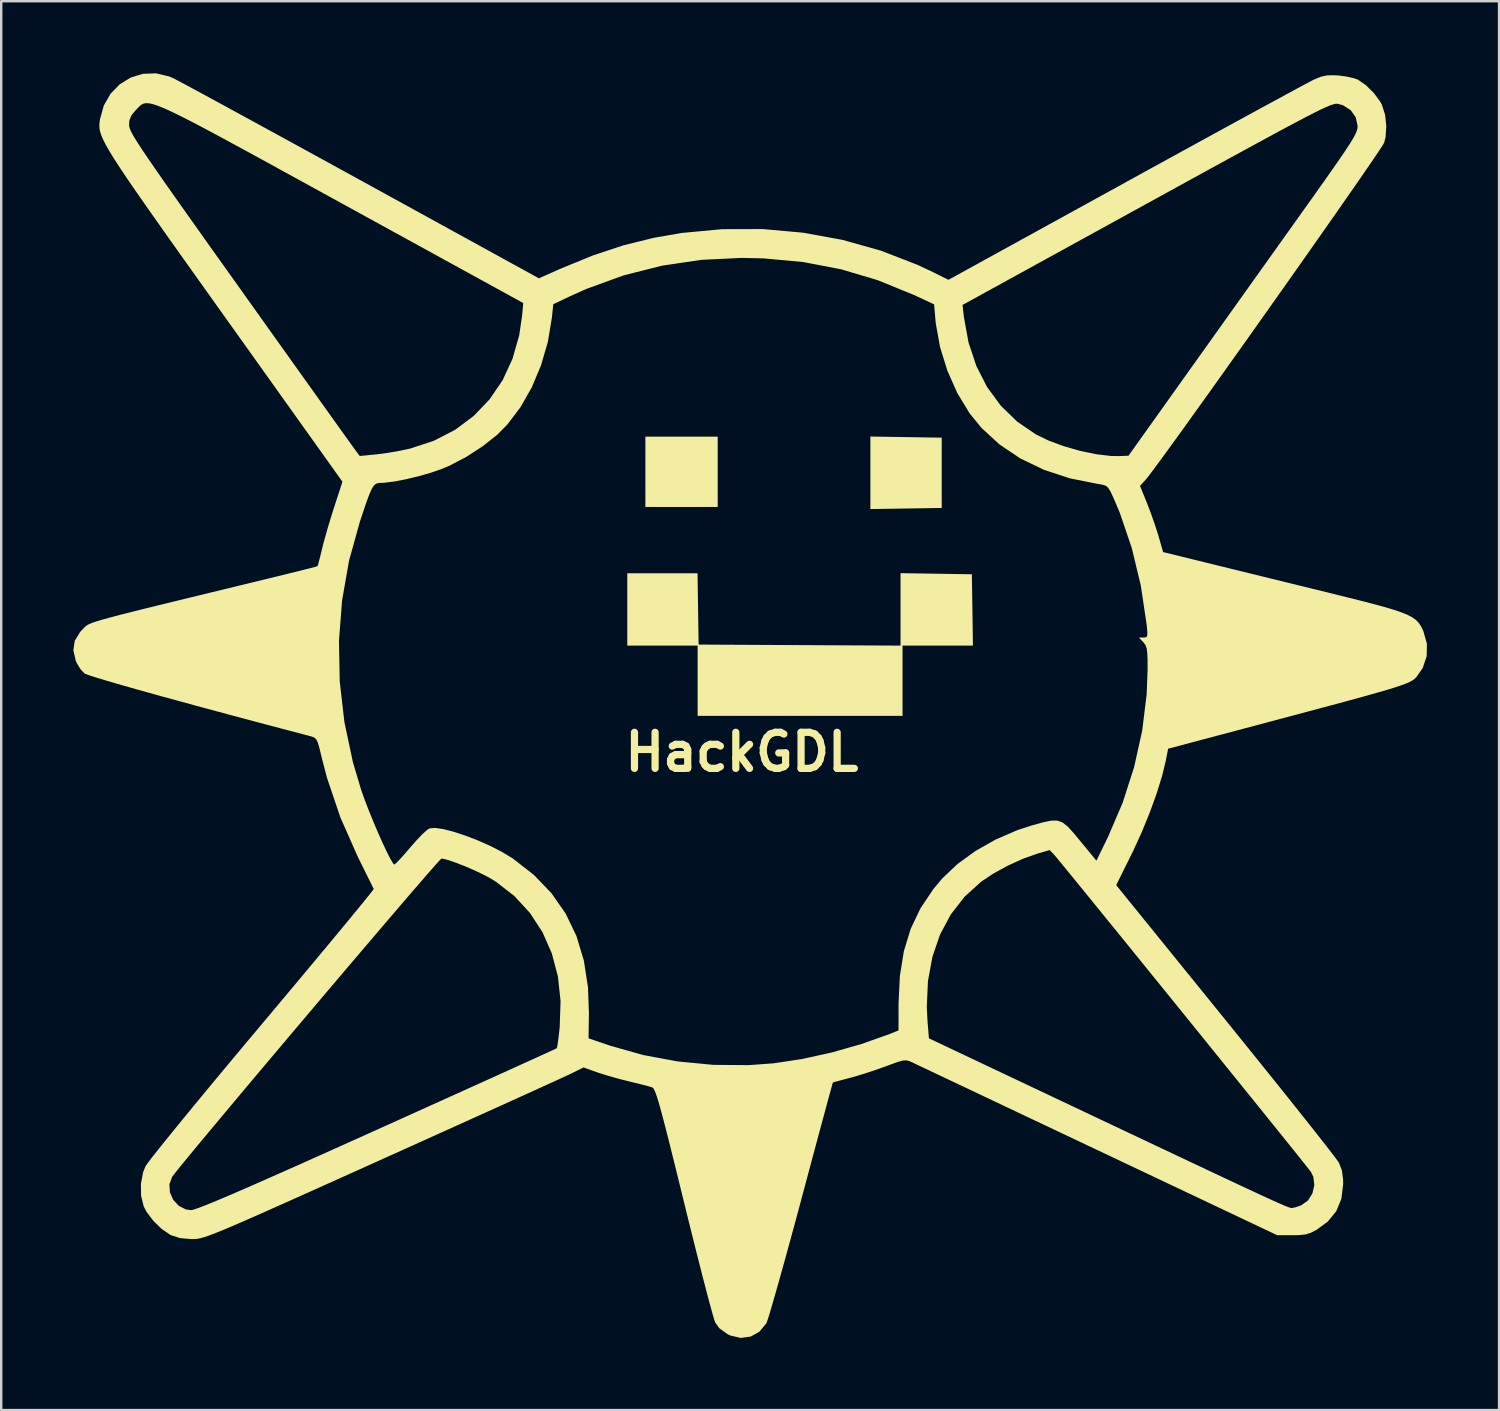
<source format=kicad_pcb>
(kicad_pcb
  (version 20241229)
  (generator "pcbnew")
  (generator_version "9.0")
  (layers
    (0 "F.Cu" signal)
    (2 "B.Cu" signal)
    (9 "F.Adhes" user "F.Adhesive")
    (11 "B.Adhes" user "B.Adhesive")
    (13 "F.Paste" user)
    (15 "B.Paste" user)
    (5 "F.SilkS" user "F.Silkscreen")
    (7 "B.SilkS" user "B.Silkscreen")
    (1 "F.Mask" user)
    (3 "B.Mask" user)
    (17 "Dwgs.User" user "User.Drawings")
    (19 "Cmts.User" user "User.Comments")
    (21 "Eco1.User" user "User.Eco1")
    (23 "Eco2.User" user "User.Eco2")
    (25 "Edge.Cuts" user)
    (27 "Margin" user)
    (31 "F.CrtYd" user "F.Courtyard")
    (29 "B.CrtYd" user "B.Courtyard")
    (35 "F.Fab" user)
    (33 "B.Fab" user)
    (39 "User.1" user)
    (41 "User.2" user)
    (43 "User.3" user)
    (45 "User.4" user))
  (footprint "HackGDL"
    (layer "F.Cu")
    (at 27.801 28.227)
    (property "Reference" "HackGDL" (at 0 0 0) (layer "F.SilkS") (effects (font (size 1.5 1.5) (thickness 0.3))))
    (attr board_only exclude_from_pos_files exclude_from_bom)
    (fp_poly (pts (xy -1.003 -11.656) (xy -1.003 -10.193) (xy -2.507 -10.193) (xy -4.011 -10.193) (xy -4.011 -11.656) (xy -4.011 -13.118) (xy -2.507 -13.118) (xy -1.003 -13.118)) (stroke (width 0) (type solid)) (fill yes) (layer "F.SilkS"))
    (fp_poly (pts (xy 6.83 -13.099) (xy 8.313 -13.076) (xy 8.313 -11.614) (xy 8.313 -10.152) (xy 6.83 -10.129) (xy 5.347 -10.106) (xy 5.347 -11.614) (xy 5.347 -13.122)) (stroke (width 0) (type solid)) (fill yes) (layer "F.SilkS"))
    (fp_poly (pts (xy 8.084 -7.417) (xy 9.567 -7.394) (xy 9.59 -5.911) (xy 9.612 -4.428) (xy 8.148 -4.428) (xy 6.684 -4.428) (xy 6.684 -2.966) (xy 6.684 -1.504) (xy 2.423 -1.504) (xy -1.838 -1.504) (xy -1.838 -2.966) (xy -1.838 -4.428) (xy -3.3 -4.428) (xy -4.763 -4.428) (xy -4.763 -5.932) (xy -4.763 -7.436) (xy -3.302 -7.436) (xy -1.842 -7.436) (xy -1.819 -5.953) (xy -1.796 -4.47) (xy 2.402 -4.448) (xy 6.601 -4.427) (xy 6.601 -5.933) (xy 6.601 -7.44)) (stroke (width 0) (type solid)) (fill yes) (layer "F.SilkS"))
    (fp_poly (pts (xy -23.811 -28.096) (xy -23.668 -28.036) (xy -23.534 -27.967) (xy -23.265 -27.824) (xy -22.87 -27.612) (xy -22.36 -27.336) (xy -21.746 -27.003) (xy -21.039 -26.617) (xy -20.248 -26.186) (xy -19.385 -25.714) (xy -18.459 -25.207) (xy -17.482 -24.672) (xy -16.464 -24.113) (xy -15.834 -23.767) (xy -8.439 -19.702) (xy -7.499 -20.119) (xy -6.186 -20.656) (xy -4.927 -21.073) (xy -3.672 -21.385) (xy -2.507 -21.588) (xy -0.819 -21.746) (xy 0.871 -21.75) (xy 2.546 -21.6) (xy 4.19 -21.3) (xy 5.785 -20.852) (xy 7.316 -20.259) (xy 7.952 -19.959) (xy 8.593 -19.64) (xy 15.973 -23.701) (xy 17.01 -24.272) (xy 18.012 -24.822) (xy 18.969 -25.347) (xy 19.871 -25.841) (xy 20.707 -26.298) (xy 21.465 -26.712) (xy 22.137 -27.077) (xy 22.71 -27.389) (xy 23.176 -27.64) (xy 23.522 -27.825) (xy 23.738 -27.939) (xy 23.801 -27.971) (xy 24.093 -28.09) (xy 24.352 -28.144) (xy 24.661 -28.147) (xy 24.805 -28.139) (xy 25.14 -28.096) (xy 25.447 -28.027) (xy 25.627 -27.961) (xy 25.962 -27.728) (xy 26.292 -27.4) (xy 26.555 -27.04) (xy 26.62 -26.919) (xy 26.751 -26.51) (xy 26.803 -26.036) (xy 26.773 -25.576) (xy 26.716 -25.347) (xy 26.654 -25.24) (xy 26.504 -25.009) (xy 26.271 -24.665) (xy 25.966 -24.218) (xy 25.595 -23.681) (xy 25.167 -23.065) (xy 24.689 -22.38) (xy 24.171 -21.64) (xy 23.618 -20.853) (xy 23.041 -20.033) (xy 22.446 -19.19) (xy 21.842 -18.336) (xy 21.237 -17.481) (xy 20.638 -16.638) (xy 20.054 -15.817) (xy 19.493 -15.03) (xy 18.962 -14.289) (xy 18.47 -13.603) (xy 18.025 -12.986) (xy 17.635 -12.448) (xy 17.307 -12) (xy 17.05 -11.653) (xy 16.872 -11.42) (xy 16.791 -11.321) (xy 16.56 -11.071) (xy 16.848 -10.361) (xy 17.011 -9.934) (xy 17.177 -9.462) (xy 17.313 -9.037) (xy 17.329 -8.984) (xy 17.521 -8.317) (xy 19.309 -7.878) (xy 19.817 -7.753) (xy 20.454 -7.597) (xy 21.188 -7.416) (xy 21.985 -7.221) (xy 22.813 -7.017) (xy 23.638 -6.815) (xy 24.294 -6.654) (xy 25.173 -6.437) (xy 25.904 -6.253) (xy 26.503 -6.095) (xy 26.984 -5.958) (xy 27.363 -5.836) (xy 27.654 -5.721) (xy 27.874 -5.609) (xy 28.036 -5.494) (xy 28.155 -5.369) (xy 28.248 -5.228) (xy 28.329 -5.065) (xy 28.345 -5.028) (xy 28.492 -4.507) (xy 28.482 -3.987) (xy 28.318 -3.497) (xy 28.05 -3.113) (xy 27.987 -3.051) (xy 27.906 -2.99) (xy 27.798 -2.928) (xy 27.648 -2.86) (xy 27.446 -2.784) (xy 27.18 -2.695) (xy 26.837 -2.589) (xy 26.406 -2.464) (xy 25.874 -2.315) (xy 25.23 -2.138) (xy 24.461 -1.931) (xy 23.556 -1.689) (xy 22.503 -1.408) (xy 22.379 -1.375) (xy 17.729 -0.139) (xy 17.63 0.369) (xy 17.476 1.002) (xy 17.248 1.735) (xy 16.961 2.526) (xy 16.631 3.334) (xy 16.273 4.116) (xy 16.212 4.24) (xy 15.57 5.534) (xy 20.116 11.143) (xy 20.803 11.993) (xy 21.463 12.811) (xy 22.087 13.587) (xy 22.668 14.312) (xy 23.197 14.975) (xy 23.667 15.567) (xy 24.069 16.077) (xy 24.395 16.494) (xy 24.638 16.81) (xy 24.789 17.014) (xy 24.837 17.087) (xy 24.956 17.397) (xy 25.005 17.77) (xy 25.009 17.964) (xy 24.936 18.573) (xy 24.724 19.092) (xy 24.367 19.529) (xy 23.908 19.866) (xy 23.668 19.991) (xy 23.44 20.061) (xy 23.157 20.09) (xy 22.893 20.094) (xy 22.267 20.094) (xy 14.831 16.573) (xy 13.777 16.074) (xy 12.762 15.594) (xy 11.797 15.137) (xy 10.891 14.708) (xy 10.056 14.312) (xy 9.303 13.955) (xy 8.641 13.642) (xy 8.083 13.377) (xy 7.638 13.167) (xy 7.318 13.015) (xy 7.133 12.927) (xy 7.095 12.909) (xy 6.956 12.847) (xy 6.834 12.819) (xy 6.692 12.83) (xy 6.491 12.886) (xy 6.191 12.993) (xy 5.985 13.07) (xy 5.544 13.227) (xy 5.064 13.384) (xy 4.628 13.515) (xy 4.488 13.553) (xy 4.176 13.635) (xy 3.934 13.699) (xy 3.802 13.734) (xy 3.788 13.738) (xy 3.764 13.818) (xy 3.702 14.045) (xy 3.603 14.406) (xy 3.473 14.886) (xy 3.315 15.472) (xy 3.132 16.15) (xy 2.929 16.906) (xy 2.709 17.727) (xy 2.476 18.597) (xy 2.467 18.632) (xy 2.23 19.513) (xy 2.002 20.351) (xy 1.788 21.13) (xy 1.591 21.837) (xy 1.416 22.457) (xy 1.267 22.974) (xy 1.149 23.374) (xy 1.064 23.642) (xy 1.018 23.762) (xy 0.733 24.104) (xy 0.371 24.308) (xy -0.04 24.364) (xy -0.471 24.267) (xy -0.585 24.214) (xy -0.938 23.96) (xy -1.107 23.723) (xy -1.153 23.589) (xy -1.234 23.307) (xy -1.347 22.894) (xy -1.487 22.365) (xy -1.65 21.736) (xy -1.832 21.022) (xy -2.029 20.238) (xy -2.237 19.401) (xy -2.405 18.717) (xy -2.653 17.706) (xy -2.866 16.846) (xy -3.046 16.125) (xy -3.198 15.531) (xy -3.324 15.052) (xy -3.427 14.677) (xy -3.511 14.395) (xy -3.58 14.192) (xy -3.635 14.058) (xy -3.681 13.98) (xy -3.721 13.947) (xy -3.872 13.902) (xy -4.14 13.831) (xy -4.48 13.747) (xy -4.679 13.699) (xy -5.106 13.591) (xy -5.548 13.467) (xy -5.928 13.349) (xy -6.027 13.315) (xy -6.581 13.117) (xy -7.155 13.398) (xy -7.313 13.472) (xy -7.612 13.61) (xy -8.041 13.805) (xy -8.587 14.054) (xy -9.239 14.35) (xy -9.987 14.689) (xy -10.817 15.064) (xy -11.719 15.472) (xy -12.682 15.906) (xy -13.692 16.362) (xy -14.74 16.834) (xy -15.039 16.969) (xy -16.258 17.518) (xy -17.333 18.001) (xy -18.276 18.425) (xy -19.095 18.791) (xy -19.801 19.106) (xy -20.402 19.372) (xy -20.909 19.593) (xy -21.331 19.774) (xy -21.678 19.919) (xy -21.959 20.032) (xy -22.185 20.116) (xy -22.364 20.176) (xy -22.507 20.216) (xy -22.623 20.24) (xy -22.722 20.251) (xy -22.813 20.255) (xy -22.893 20.255) (xy -23.364 20.213) (xy -23.737 20.093) (xy -23.776 20.073) (xy -24.128 19.832) (xy -24.471 19.498) (xy -24.752 19.128) (xy -24.873 18.898) (xy -24.983 18.457) (xy -24.991 17.977) (xy -23.806 17.977) (xy -23.785 18.307) (xy -23.65 18.616) (xy -23.422 18.867) (xy -23.124 19.02) (xy -22.91 19.05) (xy -22.814 19.032) (xy -22.637 18.975) (xy -22.375 18.876) (xy -22.021 18.733) (xy -21.567 18.543) (xy -21.007 18.303) (xy -20.334 18.01) (xy -19.543 17.661) (xy -18.625 17.254) (xy -17.575 16.785) (xy -16.387 16.251) (xy -15.162 15.7) (xy -14.111 15.226) (xy -13.104 14.771) (xy -12.15 14.341) (xy -11.261 13.939) (xy -10.447 13.571) (xy -9.718 13.241) (xy -9.084 12.953) (xy -8.557 12.713) (xy -8.145 12.526) (xy -7.861 12.395) (xy -7.713 12.326) (xy -7.694 12.316) (xy -7.672 12.225) (xy -7.639 12.003) (xy -7.601 11.689) (xy -7.574 11.437) (xy -7.538 10.359) (xy -7.648 9.335) (xy -7.901 8.375) (xy -8.29 7.49) (xy -8.811 6.691) (xy -9.459 5.987) (xy -10.229 5.391) (xy -10.436 5.263) (xy -10.735 5.102) (xy -11.1 4.928) (xy -11.493 4.758) (xy -11.872 4.608) (xy -12.198 4.495) (xy -12.431 4.434) (xy -12.49 4.428) (xy -12.555 4.491) (xy -12.719 4.671) (xy -12.972 4.958) (xy -13.307 5.343) (xy -13.715 5.815) (xy -14.186 6.364) (xy -14.713 6.979) (xy -15.285 7.65) (xy -15.896 8.367) (xy -16.536 9.119) (xy -17.196 9.897) (xy -17.867 10.69) (xy -18.542 11.487) (xy -19.21 12.279) (xy -19.865 13.055) (xy -20.496 13.805) (xy -21.095 14.519) (xy -21.654 15.186) (xy -22.163 15.796) (xy -22.615 16.338) (xy -22.999 16.804) (xy -23.309 17.181) (xy -23.534 17.46) (xy -23.667 17.631) (xy -23.691 17.665) (xy -23.806 17.977) (xy -24.991 17.977) (xy -24.991 17.958) (xy -24.9 17.475) (xy -24.802 17.228) (xy -24.719 17.106) (xy -24.536 16.866) (xy -24.262 16.519) (xy -23.904 16.074) (xy -23.472 15.542) (xy -22.973 14.932) (xy -22.415 14.255) (xy -21.807 13.521) (xy -21.156 12.74) (xy -20.472 11.921) (xy -19.943 11.292) (xy -19.246 10.461) (xy -18.58 9.666) (xy -17.955 8.918) (xy -17.377 8.225) (xy -16.854 7.596) (xy -16.395 7.04) (xy -16.006 6.568) (xy -15.695 6.188) (xy -15.471 5.909) (xy -15.34 5.742) (xy -15.309 5.693) (xy -15.353 5.604) (xy -15.458 5.391) (xy -15.613 5.079) (xy -15.804 4.693) (xy -15.976 4.345) (xy -16.695 2.718) (xy -17.252 1.072) (xy -17.472 0.228) (xy -17.561 -0.142) (xy -17.629 -0.382) (xy -17.696 -0.525) (xy -17.778 -0.602) (xy -17.892 -0.647) (xy -17.96 -0.665) (xy -19.151 -0.978) (xy -20.303 -1.284) (xy -21.407 -1.579) (xy -22.45 -1.86) (xy -23.421 -2.125) (xy -24.311 -2.369) (xy -25.108 -2.592) (xy -25.801 -2.788) (xy -26.378 -2.956) (xy -26.83 -3.092) (xy -27.146 -3.193) (xy -27.313 -3.256) (xy -27.333 -3.266) (xy -27.503 -3.445) (xy -27.659 -3.702) (xy -27.701 -3.799) (xy -27.801 -4.236) (xy -27.742 -4.624) (xy -16.754 -4.624) (xy -16.722 -2.937) (xy -16.529 -1.253) (xy -16.175 0.418) (xy -15.835 1.559) (xy -15.694 1.96) (xy -15.522 2.407) (xy -15.332 2.876) (xy -15.135 3.339) (xy -14.942 3.772) (xy -14.765 4.148) (xy -14.616 4.441) (xy -14.506 4.626) (xy -14.451 4.679) (xy -14.376 4.619) (xy -14.218 4.455) (xy -14.002 4.215) (xy -13.786 3.963) (xy -13.525 3.666) (xy -13.283 3.415) (xy -13.091 3.24) (xy -12.994 3.176) (xy -12.764 3.153) (xy -12.419 3.203) (xy -11.987 3.313) (xy -11.497 3.474) (xy -10.979 3.674) (xy -10.463 3.903) (xy -9.978 4.151) (xy -9.553 4.407) (xy -9.525 4.426) (xy -8.649 5.107) (xy -7.917 5.87) (xy -7.327 6.716) (xy -6.878 7.65) (xy -6.569 8.673) (xy -6.397 9.789) (xy -6.359 10.862) (xy -6.374 11.906) (xy -5.464 12.215) (xy -4.098 12.601) (xy -2.655 12.868) (xy -1.179 13.009) (xy 0.287 13.02) (xy 1.319 12.945) (xy 2.499 12.767) (xy 3.74 12.494) (xy 4.98 12.14) (xy 6.157 11.722) (xy 6.246 11.686) (xy 6.517 11.577) (xy 6.518 10.609) (xy 7.693 10.609) (xy 7.723 11.2) (xy 7.782 11.906) (xy 14.761 15.207) (xy 16.032 15.808) (xy 17.161 16.341) (xy 18.156 16.811) (xy 19.026 17.222) (xy 19.78 17.577) (xy 20.426 17.88) (xy 20.972 18.136) (xy 21.428 18.348) (xy 21.803 18.521) (xy 22.104 18.659) (xy 22.341 18.765) (xy 22.521 18.843) (xy 22.655 18.898) (xy 22.75 18.933) (xy 22.815 18.953) (xy 22.859 18.962) (xy 22.875 18.963) (xy 23.02 18.935) (xy 23.233 18.861) (xy 23.267 18.848) (xy 23.546 18.648) (xy 23.732 18.351) (xy 23.811 18.005) (xy 23.768 17.66) (xy 23.668 17.461) (xy 23.59 17.36) (xy 23.416 17.14) (xy 23.155 16.813) (xy 22.815 16.389) (xy 22.405 15.88) (xy 21.933 15.295) (xy 21.41 14.645) (xy 20.842 13.943) (xy 20.24 13.198) (xy 19.612 12.421) (xy 18.967 11.623) (xy 18.313 10.815) (xy 17.659 10.007) (xy 17.014 9.212) (xy 16.387 8.438) (xy 15.787 7.698) (xy 15.221 7.002) (xy 14.7 6.36) (xy 14.232 5.785) (xy 13.825 5.286) (xy 13.489 4.874) (xy 13.232 4.561) (xy 13.063 4.356) (xy 12.992 4.273) (xy 12.804 4.076) (xy 12.313 4.218) (xy 11.711 4.429) (xy 11.07 4.72) (xy 10.458 5.054) (xy 9.959 5.387) (xy 9.263 6.017) (xy 8.689 6.756) (xy 8.242 7.593) (xy 7.925 8.52) (xy 7.74 9.529) (xy 7.693 10.609) (xy 6.518 10.609) (xy 6.518 10.447) (xy 6.573 9.311) (xy 6.738 8.287) (xy 7.021 7.356) (xy 7.429 6.499) (xy 7.967 5.697) (xy 8.338 5.254) (xy 8.962 4.662) (xy 9.714 4.115) (xy 10.56 3.636) (xy 11.463 3.246) (xy 12.062 3.051) (xy 12.524 2.923) (xy 12.865 2.852) (xy 13.126 2.85) (xy 13.344 2.93) (xy 13.56 3.103) (xy 13.813 3.383) (xy 14.058 3.68) (xy 14.747 4.518) (xy 15.227 3.533) (xy 15.839 2.106) (xy 16.316 0.622) (xy 16.651 -0.891) (xy 16.837 -2.403) (xy 16.876 -3.42) (xy 16.874 -3.84) (xy 16.862 -4.128) (xy 16.836 -4.318) (xy 16.789 -4.446) (xy 16.717 -4.546) (xy 16.696 -4.569) (xy 16.514 -4.763) (xy 16.704 -4.763) (xy 16.806 -4.772) (xy 16.858 -4.826) (xy 16.867 -4.962) (xy 16.845 -5.219) (xy 16.838 -5.285) (xy 16.594 -6.921) (xy 16.22 -8.479) (xy 15.722 -9.944) (xy 15.467 -10.547) (xy 15.336 -10.83) (xy 15.234 -10.996) (xy 15.121 -11.083) (xy 14.958 -11.128) (xy 14.818 -11.149) (xy 13.643 -11.384) (xy 12.562 -11.74) (xy 11.583 -12.211) (xy 10.715 -12.794) (xy 9.967 -13.482) (xy 9.476 -14.084) (xy 8.966 -14.922) (xy 8.549 -15.859) (xy 8.243 -16.846) (xy 8.066 -17.833) (xy 8.05 -17.995) (xy 8 -18.595) (xy 9.179 -18.595) (xy 9.236 -18.091) (xy 9.429 -17.032) (xy 9.753 -16.058) (xy 10.202 -15.178) (xy 10.771 -14.403) (xy 11.453 -13.741) (xy 12.231 -13.209) (xy 12.768 -12.95) (xy 13.4 -12.717) (xy 14.074 -12.525) (xy 14.74 -12.386) (xy 15.346 -12.314) (xy 15.665 -12.309) (xy 16.081 -12.324) (xy 18.38 -15.55) (xy 18.939 -16.334) (xy 19.57 -17.219) (xy 20.248 -18.17) (xy 20.948 -19.152) (xy 21.646 -20.131) (xy 22.315 -21.07) (xy 22.932 -21.935) (xy 23.144 -22.232) (xy 23.699 -23.01) (xy 24.163 -23.665) (xy 24.546 -24.208) (xy 24.856 -24.653) (xy 25.098 -25.01) (xy 25.283 -25.292) (xy 25.418 -25.511) (xy 25.509 -25.679) (xy 25.566 -25.809) (xy 25.597 -25.913) (xy 25.608 -26.003) (xy 25.609 -26.044) (xy 25.531 -26.401) (xy 25.32 -26.697) (xy 25.005 -26.899) (xy 24.792 -26.959) (xy 24.735 -26.963) (xy 24.664 -26.955) (xy 24.57 -26.93) (xy 24.444 -26.885) (xy 24.277 -26.814) (xy 24.062 -26.714) (xy 23.789 -26.579) (xy 23.451 -26.405) (xy 23.038 -26.188) (xy 22.542 -25.924) (xy 21.955 -25.607) (xy 21.267 -25.233) (xy 20.471 -24.799) (xy 19.558 -24.299) (xy 18.519 -23.729) (xy 17.345 -23.084) (xy 16.832 -22.802) (xy 9.179 -18.595) (xy 8 -18.595) (xy 7.998 -18.619) (xy 7.153 -19.012) (xy 5.657 -19.623) (xy 4.128 -20.078) (xy 2.551 -20.379) (xy 0.912 -20.531) (xy 0 -20.552) (xy -1.683 -20.47) (xy -3.32 -20.228) (xy -4.914 -19.825) (xy -6.469 -19.26) (xy -7.2 -18.931) (xy -7.841 -18.625) (xy -7.899 -18.065) (xy -8.066 -17.063) (xy -8.349 -16.089) (xy -8.734 -15.17) (xy -9.21 -14.335) (xy -9.762 -13.61) (xy -10.178 -13.192) (xy -10.774 -12.72) (xy -11.451 -12.281) (xy -12.14 -11.918) (xy -12.474 -11.776) (xy -12.931 -11.618) (xy -13.447 -11.47) (xy -13.973 -11.344) (xy -14.46 -11.251) (xy -14.858 -11.202) (xy -14.976 -11.197) (xy -15.103 -11.192) (xy -15.206 -11.163) (xy -15.297 -11.09) (xy -15.386 -10.954) (xy -15.485 -10.733) (xy -15.606 -10.407) (xy -15.76 -9.956) (xy -15.883 -9.585) (xy -16.335 -7.96) (xy -16.625 -6.302) (xy -16.754 -4.624) (xy -27.742 -4.624) (xy -27.741 -4.629) (xy -27.52 -4.993) (xy -27.419 -5.101) (xy -27.367 -5.154) (xy -27.321 -5.202) (xy -27.271 -5.245) (xy -27.206 -5.288) (xy -27.116 -5.333) (xy -26.991 -5.383) (xy -26.82 -5.44) (xy -26.594 -5.508) (xy -26.301 -5.589) (xy -25.931 -5.687) (xy -25.475 -5.803) (xy -24.922 -5.942) (xy -24.261 -6.105) (xy -23.482 -6.295) (xy -22.575 -6.516) (xy -21.53 -6.77) (xy -20.336 -7.06) (xy -19.927 -7.16) (xy -19.339 -7.303) (xy -18.807 -7.434) (xy -18.351 -7.547) (xy -17.991 -7.637) (xy -17.75 -7.699) (xy -17.649 -7.728) (xy -17.647 -7.729) (xy -17.618 -7.814) (xy -17.562 -8.024) (xy -17.489 -8.319) (xy -17.458 -8.45) (xy -17.364 -8.814) (xy -17.234 -9.275) (xy -17.086 -9.77) (xy -16.951 -10.195) (xy -16.609 -11.242) (xy -21.525 -18.133) (xy -22.354 -19.296) (xy -23.092 -20.332) (xy -23.744 -21.248) (xy -24.313 -22.054) (xy -24.807 -22.756) (xy -25.23 -23.364) (xy -25.588 -23.887) (xy -25.885 -24.331) (xy -26.126 -24.706) (xy -26.319 -25.02) (xy -26.466 -25.28) (xy -26.574 -25.497) (xy -26.648 -25.677) (xy -26.694 -25.829) (xy -26.716 -25.962) (xy -26.719 -26.084) (xy -26.719 -26.084) (xy -25.484 -26.084) (xy -25.478 -26.02) (xy -25.458 -25.942) (xy -25.417 -25.842) (xy -25.351 -25.71) (xy -25.252 -25.54) (xy -25.116 -25.322) (xy -24.937 -25.048) (xy -24.709 -24.709) (xy -24.426 -24.298) (xy -24.083 -23.805) (xy -23.674 -23.223) (xy -23.193 -22.542) (xy -22.635 -21.755) (xy -21.994 -20.853) (xy -21.263 -19.828) (xy -20.878 -19.287) (xy -20.214 -18.355) (xy -19.575 -17.459) (xy -18.967 -16.607) (xy -18.398 -15.809) (xy -17.875 -15.077) (xy -17.405 -14.418) (xy -16.995 -13.844) (xy -16.651 -13.363) (xy -16.382 -12.987) (xy -16.193 -12.724) (xy -16.093 -12.585) (xy -16.082 -12.57) (xy -15.891 -12.314) (xy -15.194 -12.381) (xy -14.755 -12.438) (xy -14.258 -12.523) (xy -13.808 -12.619) (xy -13.786 -12.624) (xy -12.81 -12.945) (xy -11.93 -13.398) (xy -11.156 -13.973) (xy -10.494 -14.664) (xy -9.952 -15.459) (xy -9.538 -16.351) (xy -9.258 -17.331) (xy -9.138 -18.147) (xy -9.09 -18.674) (xy -16.66 -22.831) (xy -17.916 -23.521) (xy -19.033 -24.134) (xy -20.021 -24.676) (xy -20.888 -25.149) (xy -21.642 -25.558) (xy -22.293 -25.907) (xy -22.848 -26.199) (xy -23.317 -26.438) (xy -23.707 -26.629) (xy -24.028 -26.775) (xy -24.287 -26.879) (xy -24.494 -26.947) (xy -24.658 -26.981) (xy -24.786 -26.986) (xy -24.887 -26.966) (xy -24.97 -26.923) (xy -25.044 -26.864) (xy -25.116 -26.79) (xy -25.196 -26.707) (xy -25.199 -26.703) (xy -25.388 -26.481) (xy -25.47 -26.27) (xy -25.484 -26.084) (xy -26.719 -26.084) (xy -26.709 -26.202) (xy -26.694 -26.314) (xy -26.534 -26.889) (xy -26.252 -27.38) (xy -25.871 -27.771) (xy -25.415 -28.052) (xy -24.904 -28.208) (xy -24.362 -28.227)) (stroke (width 0) (type solid)) (fill yes) (layer "F.SilkS")))
  (gr_rect
    (start -3 -3)
    (end 59.293 55.591)
    (stroke (width 0.1) (type default))
    (fill no)
    (layer "Edge.Cuts")))
</source>
